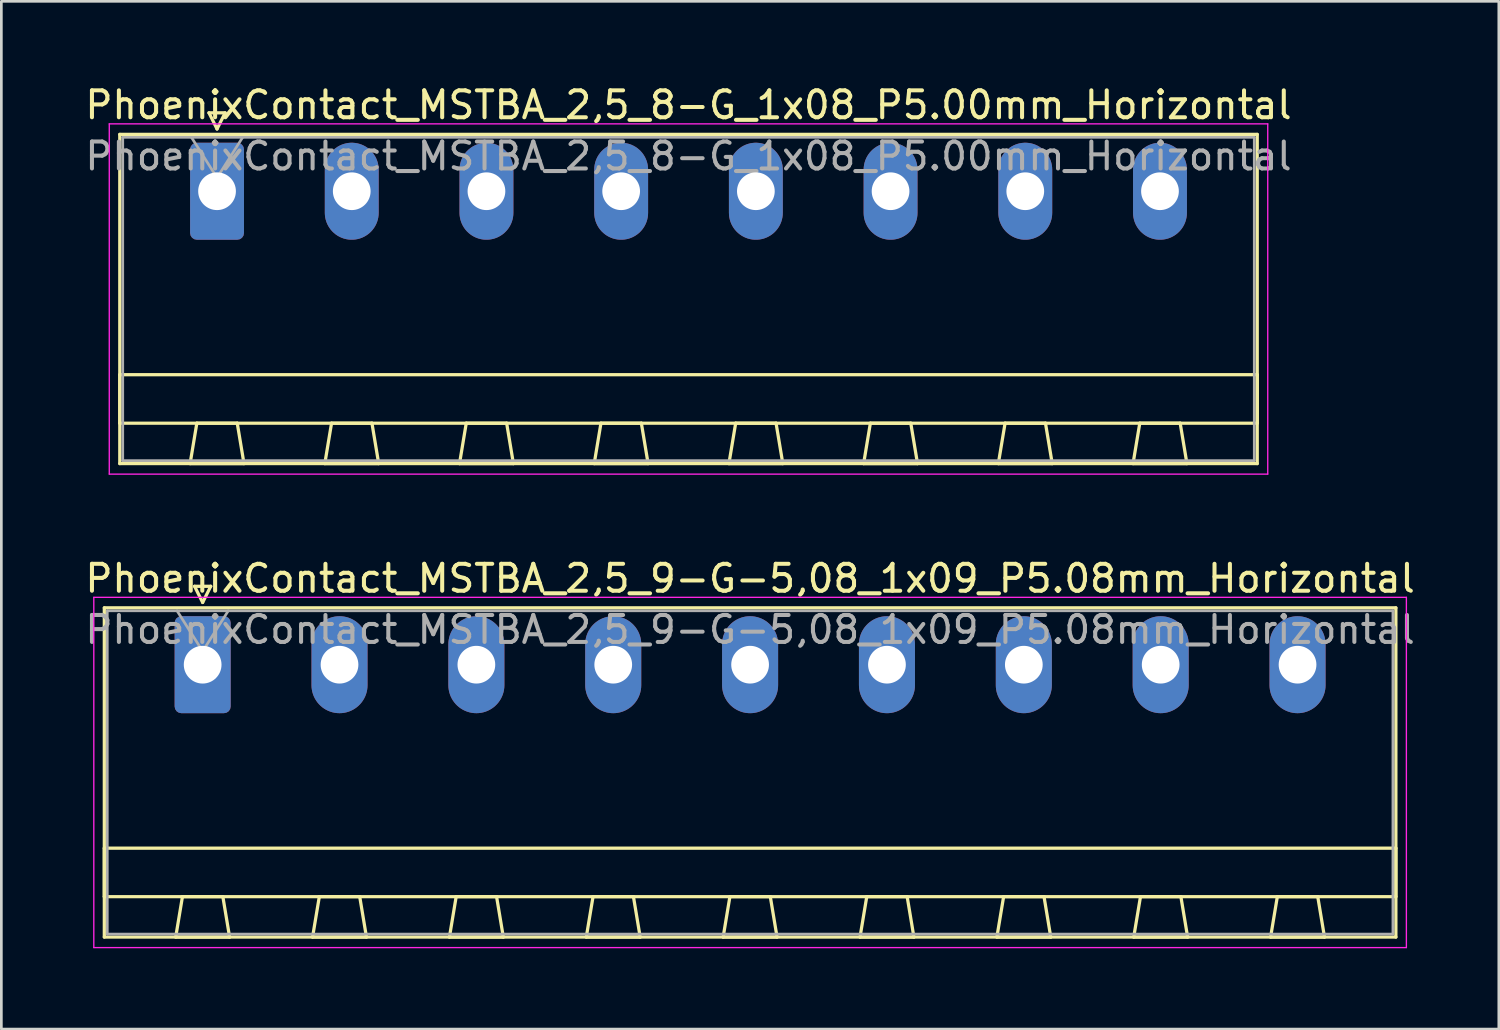
<source format=kicad_pcb>
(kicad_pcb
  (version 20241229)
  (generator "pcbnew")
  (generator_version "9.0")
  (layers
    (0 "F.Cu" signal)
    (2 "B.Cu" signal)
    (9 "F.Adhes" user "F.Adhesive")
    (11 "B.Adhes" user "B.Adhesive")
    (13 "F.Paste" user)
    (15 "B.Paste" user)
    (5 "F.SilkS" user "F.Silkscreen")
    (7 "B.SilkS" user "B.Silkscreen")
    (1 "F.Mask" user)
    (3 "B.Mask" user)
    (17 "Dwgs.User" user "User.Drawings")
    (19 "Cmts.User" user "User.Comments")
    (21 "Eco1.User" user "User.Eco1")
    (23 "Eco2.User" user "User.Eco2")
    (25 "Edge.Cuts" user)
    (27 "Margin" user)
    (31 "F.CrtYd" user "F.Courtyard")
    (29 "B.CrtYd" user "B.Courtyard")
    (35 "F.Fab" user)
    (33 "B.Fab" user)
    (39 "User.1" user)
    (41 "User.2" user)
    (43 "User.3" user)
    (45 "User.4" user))
  (footprint "PhoenixContact_MSTBA_2,5_9-G-5,08_1x09_P5.08mm_Horizontal"
    (layer "F.Cu")
    (at 4.472 21.622)
    (property "Reference" "PhoenixContact_MSTBA_2,5_9-G-5,08_1x09_P5.08mm_Horizontal" (at 20.32 -3.2 0) (layer "F.SilkS") (effects (font (size 1 1) (thickness 0.15))))
    (attr through_hole)
    (fp_line (start -3.65 -2.11) (end -3.65 10.11) (stroke (width 0.12) (type solid)) (layer "F.SilkS"))
    (fp_line (start -3.65 6.81) (end 44.29 6.81) (stroke (width 0.12) (type solid)) (layer "F.SilkS"))
    (fp_line (start -3.65 8.61) (end -3.65 6.81) (stroke (width 0.12) (type solid)) (layer "F.SilkS"))
    (fp_line (start -3.65 10.11) (end 44.29 10.11) (stroke (width 0.12) (type solid)) (layer "F.SilkS"))
    (fp_line (start -1 10.11) (end 1 10.11) (stroke (width 0.12) (type solid)) (layer "F.SilkS"))
    (fp_line (start -0.75 8.61) (end -1 10.11) (stroke (width 0.12) (type solid)) (layer "F.SilkS"))
    (fp_line (start -0.3 -2.91) (end 0.3 -2.91) (stroke (width 0.12) (type solid)) (layer "F.SilkS"))
    (fp_line (start 0 -2.31) (end -0.3 -2.91) (stroke (width 0.12) (type solid)) (layer "F.SilkS"))
    (fp_line (start 0.3 -2.91) (end 0 -2.31) (stroke (width 0.12) (type solid)) (layer "F.SilkS"))
    (fp_line (start 0.75 8.61) (end -0.75 8.61) (stroke (width 0.12) (type solid)) (layer "F.SilkS"))
    (fp_line (start 1 10.11) (end 0.75 8.61) (stroke (width 0.12) (type solid)) (layer "F.SilkS"))
    (fp_line (start 4.08 10.11) (end 6.08 10.11) (stroke (width 0.12) (type solid)) (layer "F.SilkS"))
    (fp_line (start 4.33 8.61) (end 4.08 10.11) (stroke (width 0.12) (type solid)) (layer "F.SilkS"))
    (fp_line (start 5.83 8.61) (end 4.33 8.61) (stroke (width 0.12) (type solid)) (layer "F.SilkS"))
    (fp_line (start 6.08 10.11) (end 5.83 8.61) (stroke (width 0.12) (type solid)) (layer "F.SilkS"))
    (fp_line (start 9.16 10.11) (end 11.16 10.11) (stroke (width 0.12) (type solid)) (layer "F.SilkS"))
    (fp_line (start 9.41 8.61) (end 9.16 10.11) (stroke (width 0.12) (type solid)) (layer "F.SilkS"))
    (fp_line (start 10.91 8.61) (end 9.41 8.61) (stroke (width 0.12) (type solid)) (layer "F.SilkS"))
    (fp_line (start 11.16 10.11) (end 10.91 8.61) (stroke (width 0.12) (type solid)) (layer "F.SilkS"))
    (fp_line (start 14.24 10.11) (end 16.24 10.11) (stroke (width 0.12) (type solid)) (layer "F.SilkS"))
    (fp_line (start 14.49 8.61) (end 14.24 10.11) (stroke (width 0.12) (type solid)) (layer "F.SilkS"))
    (fp_line (start 15.99 8.61) (end 14.49 8.61) (stroke (width 0.12) (type solid)) (layer "F.SilkS"))
    (fp_line (start 16.24 10.11) (end 15.99 8.61) (stroke (width 0.12) (type solid)) (layer "F.SilkS"))
    (fp_line (start 19.32 10.11) (end 21.32 10.11) (stroke (width 0.12) (type solid)) (layer "F.SilkS"))
    (fp_line (start 19.57 8.61) (end 19.32 10.11) (stroke (width 0.12) (type solid)) (layer "F.SilkS"))
    (fp_line (start 21.07 8.61) (end 19.57 8.61) (stroke (width 0.12) (type solid)) (layer "F.SilkS"))
    (fp_line (start 21.32 10.11) (end 21.07 8.61) (stroke (width 0.12) (type solid)) (layer "F.SilkS"))
    (fp_line (start 24.4 10.11) (end 26.4 10.11) (stroke (width 0.12) (type solid)) (layer "F.SilkS"))
    (fp_line (start 24.65 8.61) (end 24.4 10.11) (stroke (width 0.12) (type solid)) (layer "F.SilkS"))
    (fp_line (start 26.15 8.61) (end 24.65 8.61) (stroke (width 0.12) (type solid)) (layer "F.SilkS"))
    (fp_line (start 26.4 10.11) (end 26.15 8.61) (stroke (width 0.12) (type solid)) (layer "F.SilkS"))
    (fp_line (start 29.48 10.11) (end 31.48 10.11) (stroke (width 0.12) (type solid)) (layer "F.SilkS"))
    (fp_line (start 29.73 8.61) (end 29.48 10.11) (stroke (width 0.12) (type solid)) (layer "F.SilkS"))
    (fp_line (start 31.23 8.61) (end 29.73 8.61) (stroke (width 0.12) (type solid)) (layer "F.SilkS"))
    (fp_line (start 31.48 10.11) (end 31.23 8.61) (stroke (width 0.12) (type solid)) (layer "F.SilkS"))
    (fp_line (start 34.56 10.11) (end 36.56 10.11) (stroke (width 0.12) (type solid)) (layer "F.SilkS"))
    (fp_line (start 34.81 8.61) (end 34.56 10.11) (stroke (width 0.12) (type solid)) (layer "F.SilkS"))
    (fp_line (start 36.31 8.61) (end 34.81 8.61) (stroke (width 0.12) (type solid)) (layer "F.SilkS"))
    (fp_line (start 36.56 10.11) (end 36.31 8.61) (stroke (width 0.12) (type solid)) (layer "F.SilkS"))
    (fp_line (start 39.64 10.11) (end 41.64 10.11) (stroke (width 0.12) (type solid)) (layer "F.SilkS"))
    (fp_line (start 39.89 8.61) (end 39.64 10.11) (stroke (width 0.12) (type solid)) (layer "F.SilkS"))
    (fp_line (start 41.39 8.61) (end 39.89 8.61) (stroke (width 0.12) (type solid)) (layer "F.SilkS"))
    (fp_line (start 41.64 10.11) (end 41.39 8.61) (stroke (width 0.12) (type solid)) (layer "F.SilkS"))
    (fp_line (start 44.29 -2.11) (end -3.65 -2.11) (stroke (width 0.12) (type solid)) (layer "F.SilkS"))
    (fp_line (start 44.29 6.81) (end 44.29 8.61) (stroke (width 0.12) (type solid)) (layer "F.SilkS"))
    (fp_line (start 44.29 8.61) (end -3.65 8.61) (stroke (width 0.12) (type solid)) (layer "F.SilkS"))
    (fp_line (start 44.29 10.11) (end 44.29 -2.11) (stroke (width 0.12) (type solid)) (layer "F.SilkS"))
    (fp_line (start -4.04 -2.5) (end -4.04 10.5) (stroke (width 0.05) (type solid)) (layer "F.CrtYd"))
    (fp_line (start -4.04 10.5) (end 44.68 10.5) (stroke (width 0.05) (type solid)) (layer "F.CrtYd"))
    (fp_line (start 44.68 -2.5) (end -4.04 -2.5) (stroke (width 0.05) (type solid)) (layer "F.CrtYd"))
    (fp_line (start 44.68 10.5) (end 44.68 -2.5) (stroke (width 0.05) (type solid)) (layer "F.CrtYd"))
    (fp_line (start -3.54 -2) (end -3.54 10) (stroke (width 0.1) (type solid)) (layer "F.Fab"))
    (fp_line (start -3.54 10) (end 44.18 10) (stroke (width 0.1) (type solid)) (layer "F.Fab"))
    (fp_line (start 0 -0.5) (end -0.95 -2) (stroke (width 0.1) (type solid)) (layer "F.Fab"))
    (fp_line (start 0.95 -2) (end 0 -0.5) (stroke (width 0.1) (type solid)) (layer "F.Fab"))
    (fp_line (start 44.18 -2) (end -3.54 -2) (stroke (width 0.1) (type solid)) (layer "F.Fab"))
    (fp_line (start 44.18 10) (end 44.18 -2) (stroke (width 0.1) (type solid)) (layer "F.Fab"))
    (fp_text user "${REFERENCE}" (at 20.32 -1.3 0) (layer "F.Fab") (effects (font (size 1 1) (thickness 0.15))))
    (pad "1" thru_hole roundrect (at 0 0) (size 2.08 3.6) (drill 1.4) (layers "*.Cu" "*.Mask") (roundrect_rratio 0.12))
    (pad "2" thru_hole oval (at 5.08 0) (size 2.08 3.6) (drill 1.4) (layers "*.Cu" "*.Mask"))
    (pad "3" thru_hole oval (at 10.16 0) (size 2.08 3.6) (drill 1.4) (layers "*.Cu" "*.Mask"))
    (pad "4" thru_hole oval (at 15.24 0) (size 2.08 3.6) (drill 1.4) (layers "*.Cu" "*.Mask"))
    (pad "5" thru_hole oval (at 20.32 0) (size 2.08 3.6) (drill 1.4) (layers "*.Cu" "*.Mask"))
    (pad "6" thru_hole oval (at 25.4 0) (size 2.08 3.6) (drill 1.4) (layers "*.Cu" "*.Mask"))
    (pad "7" thru_hole oval (at 30.48 0) (size 2.08 3.6) (drill 1.4) (layers "*.Cu" "*.Mask"))
    (pad "8" thru_hole oval (at 35.56 0) (size 2.08 3.6) (drill 1.4) (layers "*.Cu" "*.Mask"))
    (pad "9" thru_hole oval (at 40.64 0) (size 2.08 3.6) (drill 1.4) (layers "*.Cu" "*.Mask")))
  (footprint "PhoenixContact_MSTBA_2,5_8-G_1x08_P5.00mm_Horizontal"
    (layer "F.Cu")
    (at 5.006 4.048)
    (property "Reference" "PhoenixContact_MSTBA_2,5_8-G_1x08_P5.00mm_Horizontal" (at 17.5 -3.2 0) (layer "F.SilkS") (effects (font (size 1 1) (thickness 0.15))))
    (attr through_hole)
    (fp_line (start -3.61 -2.11) (end -3.61 10.11) (stroke (width 0.12) (type solid)) (layer "F.SilkS"))
    (fp_line (start -3.61 6.81) (end 38.61 6.81) (stroke (width 0.12) (type solid)) (layer "F.SilkS"))
    (fp_line (start -3.61 8.61) (end -3.61 6.81) (stroke (width 0.12) (type solid)) (layer "F.SilkS"))
    (fp_line (start -3.61 10.11) (end 38.61 10.11) (stroke (width 0.12) (type solid)) (layer "F.SilkS"))
    (fp_line (start -1 10.11) (end 1 10.11) (stroke (width 0.12) (type solid)) (layer "F.SilkS"))
    (fp_line (start -0.75 8.61) (end -1 10.11) (stroke (width 0.12) (type solid)) (layer "F.SilkS"))
    (fp_line (start -0.3 -2.91) (end 0.3 -2.91) (stroke (width 0.12) (type solid)) (layer "F.SilkS"))
    (fp_line (start 0 -2.31) (end -0.3 -2.91) (stroke (width 0.12) (type solid)) (layer "F.SilkS"))
    (fp_line (start 0.3 -2.91) (end 0 -2.31) (stroke (width 0.12) (type solid)) (layer "F.SilkS"))
    (fp_line (start 0.75 8.61) (end -0.75 8.61) (stroke (width 0.12) (type solid)) (layer "F.SilkS"))
    (fp_line (start 1 10.11) (end 0.75 8.61) (stroke (width 0.12) (type solid)) (layer "F.SilkS"))
    (fp_line (start 4 10.11) (end 6 10.11) (stroke (width 0.12) (type solid)) (layer "F.SilkS"))
    (fp_line (start 4.25 8.61) (end 4 10.11) (stroke (width 0.12) (type solid)) (layer "F.SilkS"))
    (fp_line (start 5.75 8.61) (end 4.25 8.61) (stroke (width 0.12) (type solid)) (layer "F.SilkS"))
    (fp_line (start 6 10.11) (end 5.75 8.61) (stroke (width 0.12) (type solid)) (layer "F.SilkS"))
    (fp_line (start 9 10.11) (end 11 10.11) (stroke (width 0.12) (type solid)) (layer "F.SilkS"))
    (fp_line (start 9.25 8.61) (end 9 10.11) (stroke (width 0.12) (type solid)) (layer "F.SilkS"))
    (fp_line (start 10.75 8.61) (end 9.25 8.61) (stroke (width 0.12) (type solid)) (layer "F.SilkS"))
    (fp_line (start 11 10.11) (end 10.75 8.61) (stroke (width 0.12) (type solid)) (layer "F.SilkS"))
    (fp_line (start 14 10.11) (end 16 10.11) (stroke (width 0.12) (type solid)) (layer "F.SilkS"))
    (fp_line (start 14.25 8.61) (end 14 10.11) (stroke (width 0.12) (type solid)) (layer "F.SilkS"))
    (fp_line (start 15.75 8.61) (end 14.25 8.61) (stroke (width 0.12) (type solid)) (layer "F.SilkS"))
    (fp_line (start 16 10.11) (end 15.75 8.61) (stroke (width 0.12) (type solid)) (layer "F.SilkS"))
    (fp_line (start 19 10.11) (end 21 10.11) (stroke (width 0.12) (type solid)) (layer "F.SilkS"))
    (fp_line (start 19.25 8.61) (end 19 10.11) (stroke (width 0.12) (type solid)) (layer "F.SilkS"))
    (fp_line (start 20.75 8.61) (end 19.25 8.61) (stroke (width 0.12) (type solid)) (layer "F.SilkS"))
    (fp_line (start 21 10.11) (end 20.75 8.61) (stroke (width 0.12) (type solid)) (layer "F.SilkS"))
    (fp_line (start 24 10.11) (end 26 10.11) (stroke (width 0.12) (type solid)) (layer "F.SilkS"))
    (fp_line (start 24.25 8.61) (end 24 10.11) (stroke (width 0.12) (type solid)) (layer "F.SilkS"))
    (fp_line (start 25.75 8.61) (end 24.25 8.61) (stroke (width 0.12) (type solid)) (layer "F.SilkS"))
    (fp_line (start 26 10.11) (end 25.75 8.61) (stroke (width 0.12) (type solid)) (layer "F.SilkS"))
    (fp_line (start 29 10.11) (end 31 10.11) (stroke (width 0.12) (type solid)) (layer "F.SilkS"))
    (fp_line (start 29.25 8.61) (end 29 10.11) (stroke (width 0.12) (type solid)) (layer "F.SilkS"))
    (fp_line (start 30.75 8.61) (end 29.25 8.61) (stroke (width 0.12) (type solid)) (layer "F.SilkS"))
    (fp_line (start 31 10.11) (end 30.75 8.61) (stroke (width 0.12) (type solid)) (layer "F.SilkS"))
    (fp_line (start 34 10.11) (end 36 10.11) (stroke (width 0.12) (type solid)) (layer "F.SilkS"))
    (fp_line (start 34.25 8.61) (end 34 10.11) (stroke (width 0.12) (type solid)) (layer "F.SilkS"))
    (fp_line (start 35.75 8.61) (end 34.25 8.61) (stroke (width 0.12) (type solid)) (layer "F.SilkS"))
    (fp_line (start 36 10.11) (end 35.75 8.61) (stroke (width 0.12) (type solid)) (layer "F.SilkS"))
    (fp_line (start 38.61 -2.11) (end -3.61 -2.11) (stroke (width 0.12) (type solid)) (layer "F.SilkS"))
    (fp_line (start 38.61 6.81) (end 38.61 8.61) (stroke (width 0.12) (type solid)) (layer "F.SilkS"))
    (fp_line (start 38.61 8.61) (end -3.61 8.61) (stroke (width 0.12) (type solid)) (layer "F.SilkS"))
    (fp_line (start 38.61 10.11) (end 38.61 -2.11) (stroke (width 0.12) (type solid)) (layer "F.SilkS"))
    (fp_line (start -4 -2.5) (end -4 10.5) (stroke (width 0.05) (type solid)) (layer "F.CrtYd"))
    (fp_line (start -4 10.5) (end 39 10.5) (stroke (width 0.05) (type solid)) (layer "F.CrtYd"))
    (fp_line (start 39 -2.5) (end -4 -2.5) (stroke (width 0.05) (type solid)) (layer "F.CrtYd"))
    (fp_line (start 39 10.5) (end 39 -2.5) (stroke (width 0.05) (type solid)) (layer "F.CrtYd"))
    (fp_line (start -3.5 -2) (end -3.5 10) (stroke (width 0.1) (type solid)) (layer "F.Fab"))
    (fp_line (start -3.5 10) (end 38.5 10) (stroke (width 0.1) (type solid)) (layer "F.Fab"))
    (fp_line (start 0 -0.5) (end -0.95 -2) (stroke (width 0.1) (type solid)) (layer "F.Fab"))
    (fp_line (start 0.95 -2) (end 0 -0.5) (stroke (width 0.1) (type solid)) (layer "F.Fab"))
    (fp_line (start 38.5 -2) (end -3.5 -2) (stroke (width 0.1) (type solid)) (layer "F.Fab"))
    (fp_line (start 38.5 10) (end 38.5 -2) (stroke (width 0.1) (type solid)) (layer "F.Fab"))
    (fp_text user "${REFERENCE}" (at 17.5 -1.3 0) (layer "F.Fab") (effects (font (size 1 1) (thickness 0.15))))
    (pad "1" thru_hole roundrect (at 0 0) (size 2 3.6) (drill 1.4) (layers "*.Cu" "*.Mask") (roundrect_rratio 0.125))
    (pad "2" thru_hole oval (at 5 0) (size 2 3.6) (drill 1.4) (layers "*.Cu" "*.Mask"))
    (pad "3" thru_hole oval (at 10 0) (size 2 3.6) (drill 1.4) (layers "*.Cu" "*.Mask"))
    (pad "4" thru_hole oval (at 15 0) (size 2 3.6) (drill 1.4) (layers "*.Cu" "*.Mask"))
    (pad "5" thru_hole oval (at 20 0) (size 2 3.6) (drill 1.4) (layers "*.Cu" "*.Mask"))
    (pad "6" thru_hole oval (at 25 0) (size 2 3.6) (drill 1.4) (layers "*.Cu" "*.Mask"))
    (pad "7" thru_hole oval (at 30 0) (size 2 3.6) (drill 1.4) (layers "*.Cu" "*.Mask"))
    (pad "8" thru_hole oval (at 35 0) (size 2 3.6) (drill 1.4) (layers "*.Cu" "*.Mask")))
  (gr_rect
    (start -3 -3)
    (end 52.583 35.147)
    (stroke (width 0.1) (type default))
    (fill no)
    (layer "Edge.Cuts")))
</source>
